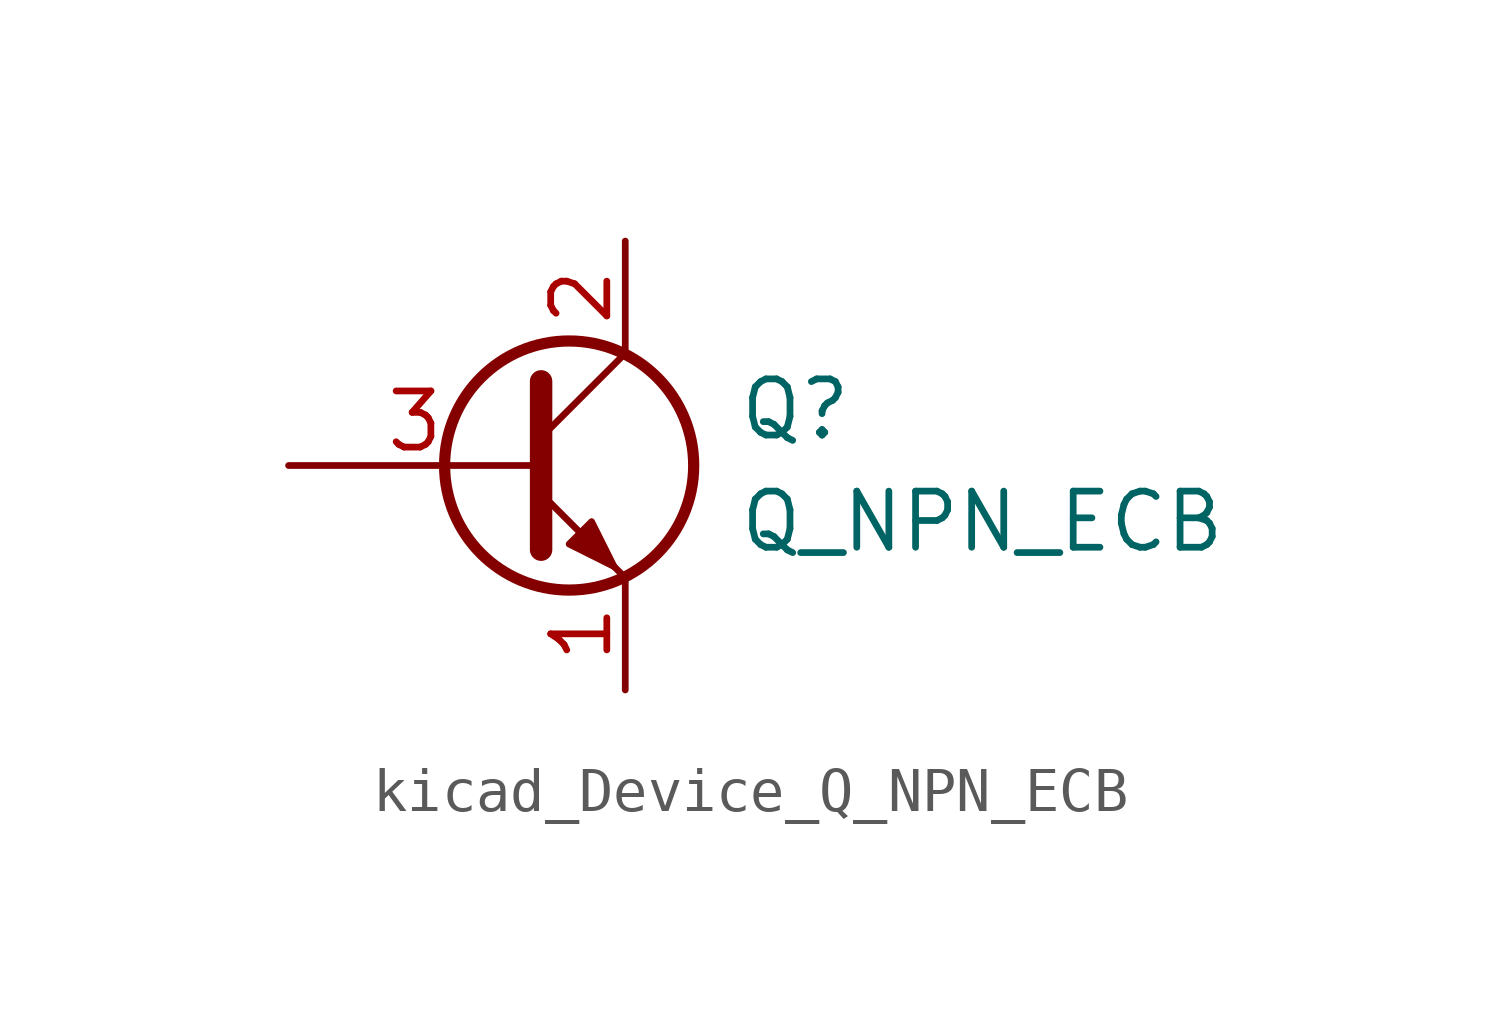
<source format=kicad_sym>
(kicad_symbol_lib
  (version 20220914)
  (generator kicad_symbol_editor)
  (symbol "kicad_Device_Q_NPN_ECB"
    (pin_names
      (offset 0) hide)
    (property "Reference" "Q"
      (at 5.08 1.27 0)
      (effects (font (size 1.27 1.27)) (justify left)))
    (property "Value" "Q_NPN_ECB"
      (at 5.08 -1.27 0)
      (effects (font (size 1.27 1.27)) (justify left)))
    (symbol "kicad_Device_Q_NPN_ECB_0_1"
      (polyline (pts (xy 0.635 0.635) (xy 2.54 2.54)) (stroke (width 0) (type default)) (fill (type none)))
      (polyline (pts (xy 0.635 -0.635) (xy 2.54 -2.54) (xy 2.54 -2.54)) (stroke (width 0) (type default)) (fill (type none)))
      (polyline (pts (xy 0.635 1.905) (xy 0.635 -1.905) (xy 0.635 -1.905)) (stroke (width 0.508) (type default)) (fill (type none)))
      (polyline (pts (xy 1.27 -1.778) (xy 1.778 -1.27) (xy 2.286 -2.286) (xy 1.27 -1.778) (xy 1.27 -1.778)) (stroke (width 0) (type default)) (fill (type outline)))
      (circle (center 1.27 0) (radius 2.819) (stroke (width 0.254) (type default)) (fill (type none))))
    (symbol "kicad_Device_Q_NPN_ECB_1_1"
      (pin passive line (at 2.54 -5.08 90) (length 2.54) (name "E" (effects (font (size 1.27 1.27)))) (number "1" (effects (font (size 1.27 1.27)))))
      (pin passive line (at 2.54 5.08 270) (length 2.54) (name "C" (effects (font (size 1.27 1.27)))) (number "2" (effects (font (size 1.27 1.27)))))
      (pin passive line (at -5.08 0 0) (length 5.715) (name "B" (effects (font (size 1.27 1.27)))) (number "3" (effects (font (size 1.27 1.27))))))))
</source>
